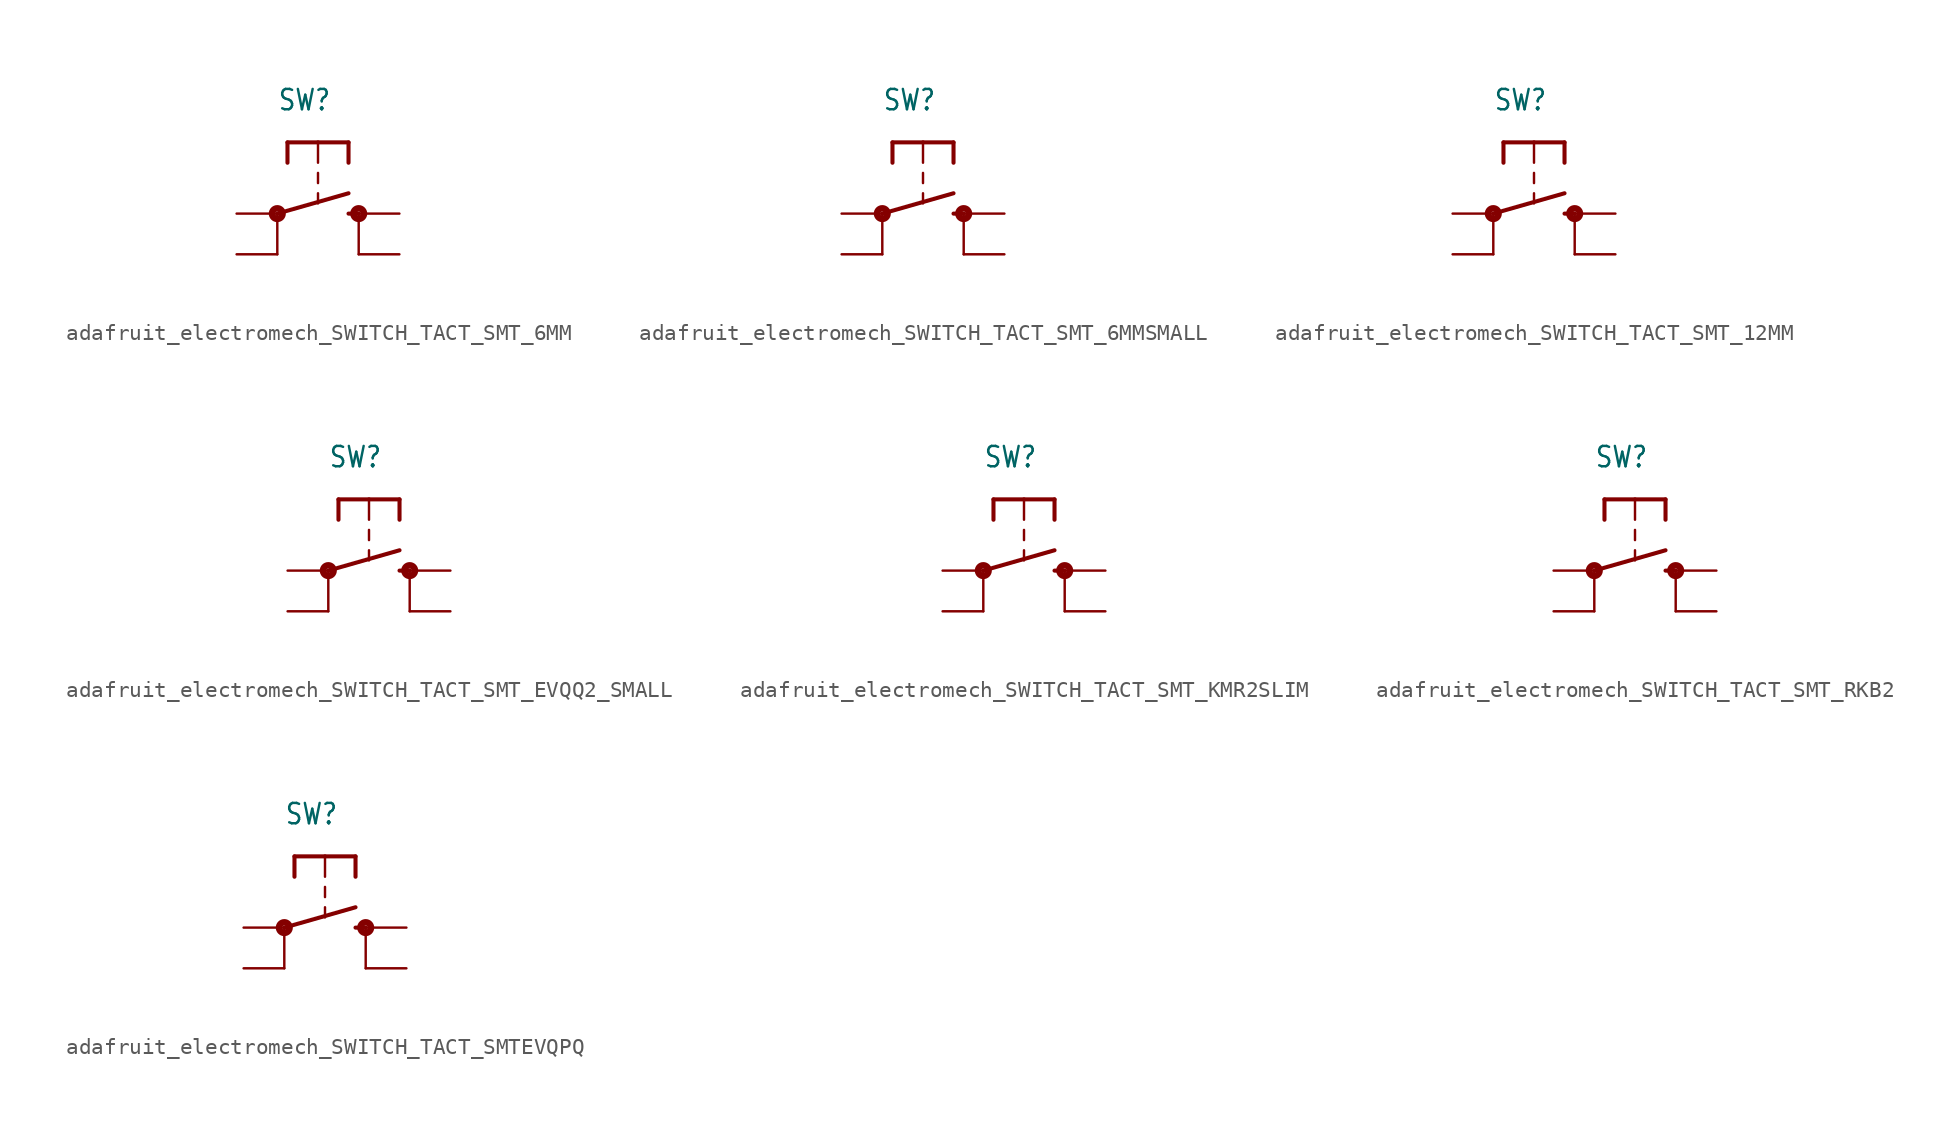
<source format=kicad_sym>
(kicad_symbol_lib
  (version 20241209)
  (generator "kicad_symbol_editor")
  (generator_version "9.0")
  (symbol "adafruit_electromech_SWITCH_TACT_SMT_6MM"
    (property "Reference" "SW"
      (at -2.54 6.35 0)
      (effects (font (size 1.27 1.079)) (justify left bottom)))
    (property "Value" ""
      (at -2.54 -5.08 0)
      (effects (font (size 1.27 1.079)) (justify left bottom)))
    (property "ki_locked" ""
      (at 0 0 0)
      (effects (font (size 1.27 1.27))))
    (symbol "adafruit_electromech_SWITCH_TACT_SMT_6MM_1_0"
      (circle (center -2.54 0) (radius 0.127) (stroke (width 0.406) (type solid)) (fill (type none)))
      (polyline (pts (xy -2.54 0) (xy 1.905 1.27)) (stroke (width 0.254) (type solid)) (fill (type none)))
      (polyline (pts (xy -2.54 -2.54) (xy -2.54 0)) (stroke (width 0.152) (type solid)) (fill (type none)))
      (polyline (pts (xy -1.905 4.445) (xy -1.905 3.175)) (stroke (width 0.254) (type solid)) (fill (type none)))
      (polyline (pts (xy 0 4.445) (xy -1.905 4.445)) (stroke (width 0.254) (type solid)) (fill (type none)))
      (polyline (pts (xy 0 4.445) (xy 0 3.175)) (stroke (width 0.152) (type solid)) (fill (type none)))
      (polyline (pts (xy 0 2.54) (xy 0 1.905)) (stroke (width 0.152) (type solid)) (fill (type none)))
      (polyline (pts (xy 0 1.27) (xy 0 0.635)) (stroke (width 0.152) (type solid)) (fill (type none)))
      (polyline (pts (xy 1.905 4.445) (xy 0 4.445)) (stroke (width 0.254) (type solid)) (fill (type none)))
      (polyline (pts (xy 1.905 4.445) (xy 1.905 3.175)) (stroke (width 0.254) (type solid)) (fill (type none)))
      (polyline (pts (xy 1.905 0) (xy 2.54 0)) (stroke (width 0.254) (type solid)) (fill (type none)))
      (circle (center 2.54 0) (radius 0.127) (stroke (width 0.406) (type solid)) (fill (type none)))
      (polyline (pts (xy 2.54 -2.54) (xy 2.54 0)) (stroke (width 0.152) (type solid)) (fill (type none)))
      (pin passive line (at -5.08 0 0) (length 2.54) (name "P" (effects (font (size 0 0)))) (number "A" (effects (font (size 0 0)))))
      (pin passive line (at -5.08 -2.54 0) (length 2.54) (name "P1" (effects (font (size 0 0)))) (number "A'" (effects (font (size 0 0)))))
      (pin passive line (at 5.08 0 180) (length 2.54) (name "S" (effects (font (size 0 0)))) (number "B" (effects (font (size 0 0)))))
      (pin passive line (at 5.08 -2.54 180) (length 2.54) (name "S1" (effects (font (size 0 0)))) (number "B'" (effects (font (size 0 0)))))))
  (symbol "adafruit_electromech_SWITCH_TACT_SMT_6MMSMALL"
    (property "Reference" "SW"
      (at -2.54 6.35 0)
      (effects (font (size 1.27 1.079)) (justify left bottom)))
    (property "Value" ""
      (at -2.54 -5.08 0)
      (effects (font (size 1.27 1.079)) (justify left bottom)))
    (property "ki_locked" ""
      (at 0 0 0)
      (effects (font (size 1.27 1.27))))
    (symbol "adafruit_electromech_SWITCH_TACT_SMT_6MMSMALL_1_0"
      (circle (center -2.54 0) (radius 0.127) (stroke (width 0.406) (type solid)) (fill (type none)))
      (polyline (pts (xy -2.54 0) (xy 1.905 1.27)) (stroke (width 0.254) (type solid)) (fill (type none)))
      (polyline (pts (xy -2.54 -2.54) (xy -2.54 0)) (stroke (width 0.152) (type solid)) (fill (type none)))
      (polyline (pts (xy -1.905 4.445) (xy -1.905 3.175)) (stroke (width 0.254) (type solid)) (fill (type none)))
      (polyline (pts (xy 0 4.445) (xy -1.905 4.445)) (stroke (width 0.254) (type solid)) (fill (type none)))
      (polyline (pts (xy 0 4.445) (xy 0 3.175)) (stroke (width 0.152) (type solid)) (fill (type none)))
      (polyline (pts (xy 0 2.54) (xy 0 1.905)) (stroke (width 0.152) (type solid)) (fill (type none)))
      (polyline (pts (xy 0 1.27) (xy 0 0.635)) (stroke (width 0.152) (type solid)) (fill (type none)))
      (polyline (pts (xy 1.905 4.445) (xy 0 4.445)) (stroke (width 0.254) (type solid)) (fill (type none)))
      (polyline (pts (xy 1.905 4.445) (xy 1.905 3.175)) (stroke (width 0.254) (type solid)) (fill (type none)))
      (polyline (pts (xy 1.905 0) (xy 2.54 0)) (stroke (width 0.254) (type solid)) (fill (type none)))
      (circle (center 2.54 0) (radius 0.127) (stroke (width 0.406) (type solid)) (fill (type none)))
      (polyline (pts (xy 2.54 -2.54) (xy 2.54 0)) (stroke (width 0.152) (type solid)) (fill (type none)))
      (pin passive line (at -5.08 0 0) (length 2.54) (name "P" (effects (font (size 0 0)))) (number "A" (effects (font (size 0 0)))))
      (pin passive line (at -5.08 -2.54 0) (length 2.54) (name "P1" (effects (font (size 0 0)))) (number "A'" (effects (font (size 0 0)))))
      (pin passive line (at 5.08 0 180) (length 2.54) (name "S" (effects (font (size 0 0)))) (number "B" (effects (font (size 0 0)))))
      (pin passive line (at 5.08 -2.54 180) (length 2.54) (name "S1" (effects (font (size 0 0)))) (number "B'" (effects (font (size 0 0)))))))
  (symbol "adafruit_electromech_SWITCH_TACT_SMT_12MM"
    (property "Reference" "SW"
      (at -2.54 6.35 0)
      (effects (font (size 1.27 1.079)) (justify left bottom)))
    (property "Value" ""
      (at -2.54 -5.08 0)
      (effects (font (size 1.27 1.079)) (justify left bottom)))
    (property "ki_locked" ""
      (at 0 0 0)
      (effects (font (size 1.27 1.27))))
    (symbol "adafruit_electromech_SWITCH_TACT_SMT_12MM_1_0"
      (circle (center -2.54 0) (radius 0.127) (stroke (width 0.406) (type solid)) (fill (type none)))
      (polyline (pts (xy -2.54 0) (xy 1.905 1.27)) (stroke (width 0.254) (type solid)) (fill (type none)))
      (polyline (pts (xy -2.54 -2.54) (xy -2.54 0)) (stroke (width 0.152) (type solid)) (fill (type none)))
      (polyline (pts (xy -1.905 4.445) (xy -1.905 3.175)) (stroke (width 0.254) (type solid)) (fill (type none)))
      (polyline (pts (xy 0 4.445) (xy -1.905 4.445)) (stroke (width 0.254) (type solid)) (fill (type none)))
      (polyline (pts (xy 0 4.445) (xy 0 3.175)) (stroke (width 0.152) (type solid)) (fill (type none)))
      (polyline (pts (xy 0 2.54) (xy 0 1.905)) (stroke (width 0.152) (type solid)) (fill (type none)))
      (polyline (pts (xy 0 1.27) (xy 0 0.635)) (stroke (width 0.152) (type solid)) (fill (type none)))
      (polyline (pts (xy 1.905 4.445) (xy 0 4.445)) (stroke (width 0.254) (type solid)) (fill (type none)))
      (polyline (pts (xy 1.905 4.445) (xy 1.905 3.175)) (stroke (width 0.254) (type solid)) (fill (type none)))
      (polyline (pts (xy 1.905 0) (xy 2.54 0)) (stroke (width 0.254) (type solid)) (fill (type none)))
      (circle (center 2.54 0) (radius 0.127) (stroke (width 0.406) (type solid)) (fill (type none)))
      (polyline (pts (xy 2.54 -2.54) (xy 2.54 0)) (stroke (width 0.152) (type solid)) (fill (type none)))
      (pin passive line (at -5.08 0 0) (length 2.54) (name "P" (effects (font (size 0 0)))) (number "P$1" (effects (font (size 0 0)))))
      (pin passive line (at -5.08 -2.54 0) (length 2.54) (name "P1" (effects (font (size 0 0)))) (number "P$2" (effects (font (size 0 0)))))
      (pin passive line (at 5.08 0 180) (length 2.54) (name "S" (effects (font (size 0 0)))) (number "P$3" (effects (font (size 0 0)))))
      (pin passive line (at 5.08 -2.54 180) (length 2.54) (name "S1" (effects (font (size 0 0)))) (number "P$4" (effects (font (size 0 0)))))))
  (symbol "adafruit_electromech_SWITCH_TACT_SMT_EVQQ2_SMALL"
    (property "Reference" "SW"
      (at -2.54 6.35 0)
      (effects (font (size 1.27 1.079)) (justify left bottom)))
    (property "Value" ""
      (at -2.54 -5.08 0)
      (effects (font (size 1.27 1.079)) (justify left bottom)))
    (property "ki_locked" ""
      (at 0 0 0)
      (effects (font (size 1.27 1.27))))
    (symbol "adafruit_electromech_SWITCH_TACT_SMT_EVQQ2_SMALL_1_0"
      (circle (center -2.54 0) (radius 0.127) (stroke (width 0.406) (type solid)) (fill (type none)))
      (polyline (pts (xy -2.54 0) (xy 1.905 1.27)) (stroke (width 0.254) (type solid)) (fill (type none)))
      (polyline (pts (xy -2.54 -2.54) (xy -2.54 0)) (stroke (width 0.152) (type solid)) (fill (type none)))
      (polyline (pts (xy -1.905 4.445) (xy -1.905 3.175)) (stroke (width 0.254) (type solid)) (fill (type none)))
      (polyline (pts (xy 0 4.445) (xy -1.905 4.445)) (stroke (width 0.254) (type solid)) (fill (type none)))
      (polyline (pts (xy 0 4.445) (xy 0 3.175)) (stroke (width 0.152) (type solid)) (fill (type none)))
      (polyline (pts (xy 0 2.54) (xy 0 1.905)) (stroke (width 0.152) (type solid)) (fill (type none)))
      (polyline (pts (xy 0 1.27) (xy 0 0.635)) (stroke (width 0.152) (type solid)) (fill (type none)))
      (polyline (pts (xy 1.905 4.445) (xy 0 4.445)) (stroke (width 0.254) (type solid)) (fill (type none)))
      (polyline (pts (xy 1.905 4.445) (xy 1.905 3.175)) (stroke (width 0.254) (type solid)) (fill (type none)))
      (polyline (pts (xy 1.905 0) (xy 2.54 0)) (stroke (width 0.254) (type solid)) (fill (type none)))
      (circle (center 2.54 0) (radius 0.127) (stroke (width 0.406) (type solid)) (fill (type none)))
      (polyline (pts (xy 2.54 -2.54) (xy 2.54 0)) (stroke (width 0.152) (type solid)) (fill (type none)))
      (pin passive line (at -5.08 0 0) (length 2.54) (name "P" (effects (font (size 0 0)))) (number "A" (effects (font (size 0 0)))))
      (pin passive line (at -5.08 -2.54 0) (length 2.54) (name "P1" (effects (font (size 0 0)))) (number "A'" (effects (font (size 0 0)))))
      (pin passive line (at 5.08 0 180) (length 2.54) (name "S" (effects (font (size 0 0)))) (number "B" (effects (font (size 0 0)))))
      (pin passive line (at 5.08 -2.54 180) (length 2.54) (name "S1" (effects (font (size 0 0)))) (number "B'" (effects (font (size 0 0)))))))
  (symbol "adafruit_electromech_SWITCH_TACT_SMT_KMR2SLIM"
    (property "Reference" "SW"
      (at -2.54 6.35 0)
      (effects (font (size 1.27 1.079)) (justify left bottom)))
    (property "Value" ""
      (at -2.54 -5.08 0)
      (effects (font (size 1.27 1.079)) (justify left bottom)))
    (property "ki_locked" ""
      (at 0 0 0)
      (effects (font (size 1.27 1.27))))
    (symbol "adafruit_electromech_SWITCH_TACT_SMT_KMR2SLIM_1_0"
      (circle (center -2.54 0) (radius 0.127) (stroke (width 0.406) (type solid)) (fill (type none)))
      (polyline (pts (xy -2.54 0) (xy 1.905 1.27)) (stroke (width 0.254) (type solid)) (fill (type none)))
      (polyline (pts (xy -2.54 -2.54) (xy -2.54 0)) (stroke (width 0.152) (type solid)) (fill (type none)))
      (polyline (pts (xy -1.905 4.445) (xy -1.905 3.175)) (stroke (width 0.254) (type solid)) (fill (type none)))
      (polyline (pts (xy 0 4.445) (xy -1.905 4.445)) (stroke (width 0.254) (type solid)) (fill (type none)))
      (polyline (pts (xy 0 4.445) (xy 0 3.175)) (stroke (width 0.152) (type solid)) (fill (type none)))
      (polyline (pts (xy 0 2.54) (xy 0 1.905)) (stroke (width 0.152) (type solid)) (fill (type none)))
      (polyline (pts (xy 0 1.27) (xy 0 0.635)) (stroke (width 0.152) (type solid)) (fill (type none)))
      (polyline (pts (xy 1.905 4.445) (xy 0 4.445)) (stroke (width 0.254) (type solid)) (fill (type none)))
      (polyline (pts (xy 1.905 4.445) (xy 1.905 3.175)) (stroke (width 0.254) (type solid)) (fill (type none)))
      (polyline (pts (xy 1.905 0) (xy 2.54 0)) (stroke (width 0.254) (type solid)) (fill (type none)))
      (circle (center 2.54 0) (radius 0.127) (stroke (width 0.406) (type solid)) (fill (type none)))
      (polyline (pts (xy 2.54 -2.54) (xy 2.54 0)) (stroke (width 0.152) (type solid)) (fill (type none)))
      (pin passive line (at -5.08 0 0) (length 2.54) (name "P" (effects (font (size 0 0)))) (number "A" (effects (font (size 0 0)))))
      (pin passive line (at -5.08 -2.54 0) (length 2.54) (name "P1" (effects (font (size 0 0)))) (number "A'" (effects (font (size 0 0)))))
      (pin passive line (at 5.08 0 180) (length 2.54) (name "S" (effects (font (size 0 0)))) (number "B" (effects (font (size 0 0)))))
      (pin passive line (at 5.08 -2.54 180) (length 2.54) (name "S1" (effects (font (size 0 0)))) (number "B'" (effects (font (size 0 0)))))))
  (symbol "adafruit_electromech_SWITCH_TACT_SMT_RKB2"
    (property "Reference" "SW"
      (at -2.54 6.35 0)
      (effects (font (size 1.27 1.079)) (justify left bottom)))
    (property "Value" ""
      (at -2.54 -5.08 0)
      (effects (font (size 1.27 1.079)) (justify left bottom)))
    (property "ki_locked" ""
      (at 0 0 0)
      (effects (font (size 1.27 1.27))))
    (symbol "adafruit_electromech_SWITCH_TACT_SMT_RKB2_1_0"
      (circle (center -2.54 0) (radius 0.127) (stroke (width 0.406) (type solid)) (fill (type none)))
      (polyline (pts (xy -2.54 0) (xy 1.905 1.27)) (stroke (width 0.254) (type solid)) (fill (type none)))
      (polyline (pts (xy -2.54 -2.54) (xy -2.54 0)) (stroke (width 0.152) (type solid)) (fill (type none)))
      (polyline (pts (xy -1.905 4.445) (xy -1.905 3.175)) (stroke (width 0.254) (type solid)) (fill (type none)))
      (polyline (pts (xy 0 4.445) (xy -1.905 4.445)) (stroke (width 0.254) (type solid)) (fill (type none)))
      (polyline (pts (xy 0 4.445) (xy 0 3.175)) (stroke (width 0.152) (type solid)) (fill (type none)))
      (polyline (pts (xy 0 2.54) (xy 0 1.905)) (stroke (width 0.152) (type solid)) (fill (type none)))
      (polyline (pts (xy 0 1.27) (xy 0 0.635)) (stroke (width 0.152) (type solid)) (fill (type none)))
      (polyline (pts (xy 1.905 4.445) (xy 0 4.445)) (stroke (width 0.254) (type solid)) (fill (type none)))
      (polyline (pts (xy 1.905 4.445) (xy 1.905 3.175)) (stroke (width 0.254) (type solid)) (fill (type none)))
      (polyline (pts (xy 1.905 0) (xy 2.54 0)) (stroke (width 0.254) (type solid)) (fill (type none)))
      (circle (center 2.54 0) (radius 0.127) (stroke (width 0.406) (type solid)) (fill (type none)))
      (polyline (pts (xy 2.54 -2.54) (xy 2.54 0)) (stroke (width 0.152) (type solid)) (fill (type none)))
      (pin passive line (at -5.08 0 0) (length 2.54) (name "P" (effects (font (size 0 0)))) (number "A" (effects (font (size 0 0)))))
      (pin passive line (at -5.08 -2.54 0) (length 2.54) (name "P1" (effects (font (size 0 0)))) (number "A'" (effects (font (size 0 0)))))
      (pin passive line (at 5.08 0 180) (length 2.54) (name "S" (effects (font (size 0 0)))) (number "B" (effects (font (size 0 0)))))
      (pin passive line (at 5.08 -2.54 180) (length 2.54) (name "S1" (effects (font (size 0 0)))) (number "B'" (effects (font (size 0 0)))))))
  (symbol "adafruit_electromech_SWITCH_TACT_SMTEVQPQ"
    (property "Reference" "SW"
      (at -2.54 6.35 0)
      (effects (font (size 1.27 1.079)) (justify left bottom)))
    (property "Value" ""
      (at -2.54 -5.08 0)
      (effects (font (size 1.27 1.079)) (justify left bottom)))
    (property "ki_locked" ""
      (at 0 0 0)
      (effects (font (size 1.27 1.27))))
    (symbol "adafruit_electromech_SWITCH_TACT_SMTEVQPQ_1_0"
      (circle (center -2.54 0) (radius 0.127) (stroke (width 0.406) (type solid)) (fill (type none)))
      (polyline (pts (xy -2.54 0) (xy 1.905 1.27)) (stroke (width 0.254) (type solid)) (fill (type none)))
      (polyline (pts (xy -2.54 -2.54) (xy -2.54 0)) (stroke (width 0.152) (type solid)) (fill (type none)))
      (polyline (pts (xy -1.905 4.445) (xy -1.905 3.175)) (stroke (width 0.254) (type solid)) (fill (type none)))
      (polyline (pts (xy 0 4.445) (xy -1.905 4.445)) (stroke (width 0.254) (type solid)) (fill (type none)))
      (polyline (pts (xy 0 4.445) (xy 0 3.175)) (stroke (width 0.152) (type solid)) (fill (type none)))
      (polyline (pts (xy 0 2.54) (xy 0 1.905)) (stroke (width 0.152) (type solid)) (fill (type none)))
      (polyline (pts (xy 0 1.27) (xy 0 0.635)) (stroke (width 0.152) (type solid)) (fill (type none)))
      (polyline (pts (xy 1.905 4.445) (xy 0 4.445)) (stroke (width 0.254) (type solid)) (fill (type none)))
      (polyline (pts (xy 1.905 4.445) (xy 1.905 3.175)) (stroke (width 0.254) (type solid)) (fill (type none)))
      (polyline (pts (xy 1.905 0) (xy 2.54 0)) (stroke (width 0.254) (type solid)) (fill (type none)))
      (circle (center 2.54 0) (radius 0.127) (stroke (width 0.406) (type solid)) (fill (type none)))
      (polyline (pts (xy 2.54 -2.54) (xy 2.54 0)) (stroke (width 0.152) (type solid)) (fill (type none)))
      (pin passive line (at -5.08 0 0) (length 2.54) (name "P" (effects (font (size 0 0)))) (number "A" (effects (font (size 0 0)))))
      (pin passive line (at -5.08 -2.54 0) (length 2.54) (name "P1" (effects (font (size 0 0)))) (number "C" (effects (font (size 0 0)))))
      (pin passive line (at 5.08 0 180) (length 2.54) (name "S" (effects (font (size 0 0)))) (number "B" (effects (font (size 0 0)))))
      (pin passive line (at 5.08 -2.54 180) (length 2.54) (name "S1" (effects (font (size 0 0)))) (number "D" (effects (font (size 0 0))))))))
</source>
